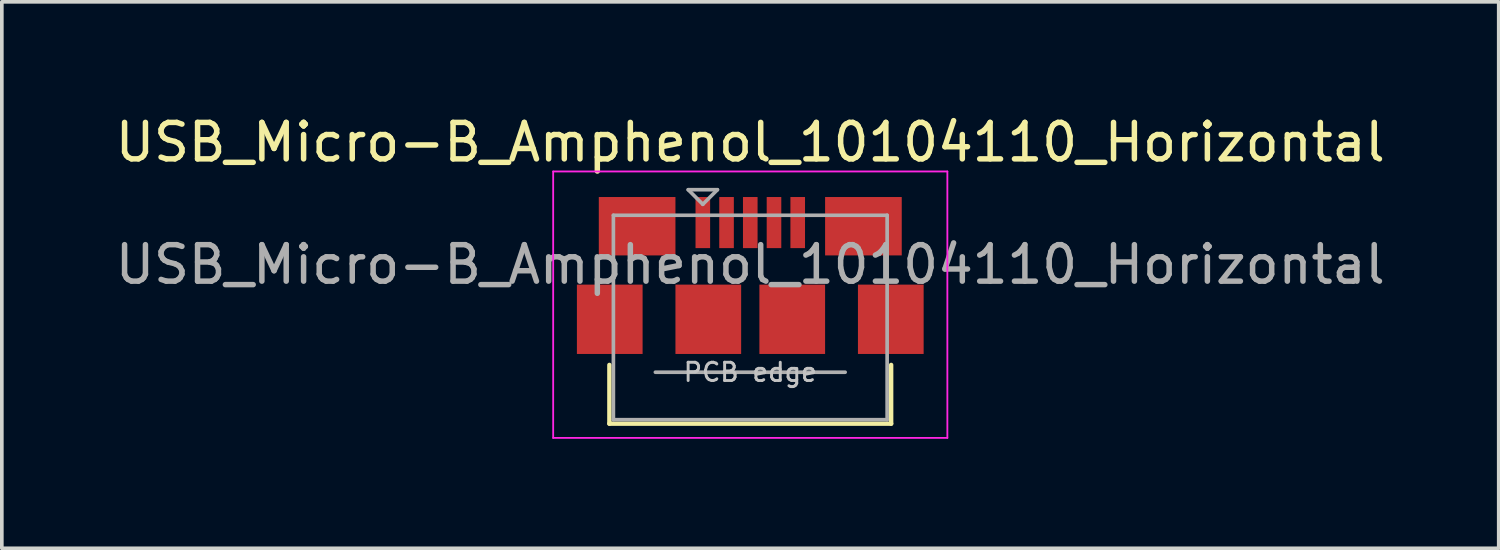
<source format=kicad_pcb>
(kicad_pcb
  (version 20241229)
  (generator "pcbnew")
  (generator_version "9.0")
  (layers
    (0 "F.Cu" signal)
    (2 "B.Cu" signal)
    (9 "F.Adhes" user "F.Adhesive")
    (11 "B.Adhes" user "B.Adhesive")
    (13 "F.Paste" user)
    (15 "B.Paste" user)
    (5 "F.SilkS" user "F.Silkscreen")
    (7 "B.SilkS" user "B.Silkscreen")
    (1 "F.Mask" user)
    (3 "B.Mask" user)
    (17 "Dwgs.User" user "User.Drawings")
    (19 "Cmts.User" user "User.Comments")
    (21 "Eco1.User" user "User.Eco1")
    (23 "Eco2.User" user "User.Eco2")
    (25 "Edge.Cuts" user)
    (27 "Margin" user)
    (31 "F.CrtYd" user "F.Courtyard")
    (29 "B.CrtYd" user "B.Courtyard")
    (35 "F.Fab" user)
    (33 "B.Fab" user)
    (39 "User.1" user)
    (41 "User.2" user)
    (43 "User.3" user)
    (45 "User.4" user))
  (footprint "USB_Micro-B_Amphenol_10104110_Horizontal"
    (layer "F.Cu")
    (at 17.506 4.398)
    (property "Reference" "USB_Micro-B_Amphenol_10104110_Horizontal" (at 0 -3.55 0) (layer "F.SilkS") (effects (font (size 1 1) (thickness 0.15))))
    (attr smd)
    (fp_line (start -3.86 4.16) (end -3.86 2.55) (stroke (width 0.12) (type solid)) (layer "F.SilkS"))
    (fp_line (start -3.86 4.16) (end 3.86 4.16) (stroke (width 0.12) (type solid)) (layer "F.SilkS"))
    (fp_line (start 3.86 4.16) (end 3.86 2.55) (stroke (width 0.12) (type solid)) (layer "F.SilkS"))
    (fp_line (start -5.4 -2.75) (end -5.4 4.55) (stroke (width 0.05) (type solid)) (layer "F.CrtYd"))
    (fp_line (start -5.4 4.55) (end 5.4 4.55) (stroke (width 0.05) (type solid)) (layer "F.CrtYd"))
    (fp_line (start 5.4 -2.75) (end -5.4 -2.75) (stroke (width 0.05) (type solid)) (layer "F.CrtYd"))
    (fp_line (start 5.4 4.55) (end 5.4 -2.75) (stroke (width 0.05) (type solid)) (layer "F.CrtYd"))
    (fp_line (start -3.75 -1.55) (end 3.75 -1.55) (stroke (width 0.1) (type solid)) (layer "F.Fab"))
    (fp_line (start -3.75 4.05) (end -3.75 -1.55) (stroke (width 0.1) (type solid)) (layer "F.Fab"))
    (fp_line (start -2.6 2.75) (end 2.6 2.75) (stroke (width 0.1) (type solid)) (layer "F.Fab"))
    (fp_line (start -1.7 -2.25) (end -1.3 -1.85) (stroke (width 0.1) (type solid)) (layer "F.Fab"))
    (fp_line (start -1.3 -1.85) (end -0.9 -2.25) (stroke (width 0.1) (type solid)) (layer "F.Fab"))
    (fp_line (start -0.9 -2.25) (end -1.7 -2.25) (stroke (width 0.1) (type solid)) (layer "F.Fab"))
    (fp_line (start 3.75 -1.55) (end 3.75 4.05) (stroke (width 0.1) (type solid)) (layer "F.Fab"))
    (fp_line (start 3.75 4.05) (end -3.75 4.05) (stroke (width 0.1) (type solid)) (layer "F.Fab"))
    (fp_text user "PCB edge" (at 0 2.75 0) (layer "Dwgs.User") (effects (font (size 0.5 0.5) (thickness 0.08))))
    (fp_text user "${REFERENCE}" (at 0 -0.2 0) (layer "F.Fab") (effects (font (size 1 1) (thickness 0.15))))
    (pad "1" smd rect (at -1.3 -1.35) (size 0.4 1.4) (layers "F.Cu" "F.Mask" "F.Paste"))
    (pad "2" smd rect (at -0.65 -1.35) (size 0.4 1.4) (layers "F.Cu" "F.Mask" "F.Paste"))
    (pad "3" smd rect (at 0 -1.35) (size 0.4 1.4) (layers "F.Cu" "F.Mask" "F.Paste"))
    (pad "4" smd rect (at 0.65 -1.35) (size 0.4 1.4) (layers "F.Cu" "F.Mask" "F.Paste"))
    (pad "5" smd rect (at 1.3 -1.35) (size 0.4 1.4) (layers "F.Cu" "F.Mask" "F.Paste"))
    (pad "6" smd rect (at -3.85 1.3) (size 1.8 1.9) (layers "F.Cu" "F.Mask" "F.Paste"))
    (pad "6" smd rect (at -3.1 -1.25) (size 2.1 1.6) (layers "F.Cu" "F.Mask" "F.Paste"))
    (pad "6" smd rect (at -1.15 1.3) (size 1.8 1.9) (layers "F.Cu" "F.Mask" "F.Paste"))
    (pad "6" smd rect (at 1.15 1.3) (size 1.8 1.9) (layers "F.Cu" "F.Mask" "F.Paste"))
    (pad "6" smd rect (at 3.1 -1.25) (size 2.1 1.6) (layers "F.Cu" "F.Mask" "F.Paste"))
    (pad "6" smd rect (at 3.85 1.3) (size 1.8 1.9) (layers "F.Cu" "F.Mask" "F.Paste")))
  (gr_rect
    (start -3 -3)
    (end 38.012 11.973)
    (stroke (width 0.1) (type default))
    (fill no)
    (layer "Edge.Cuts")))
</source>
